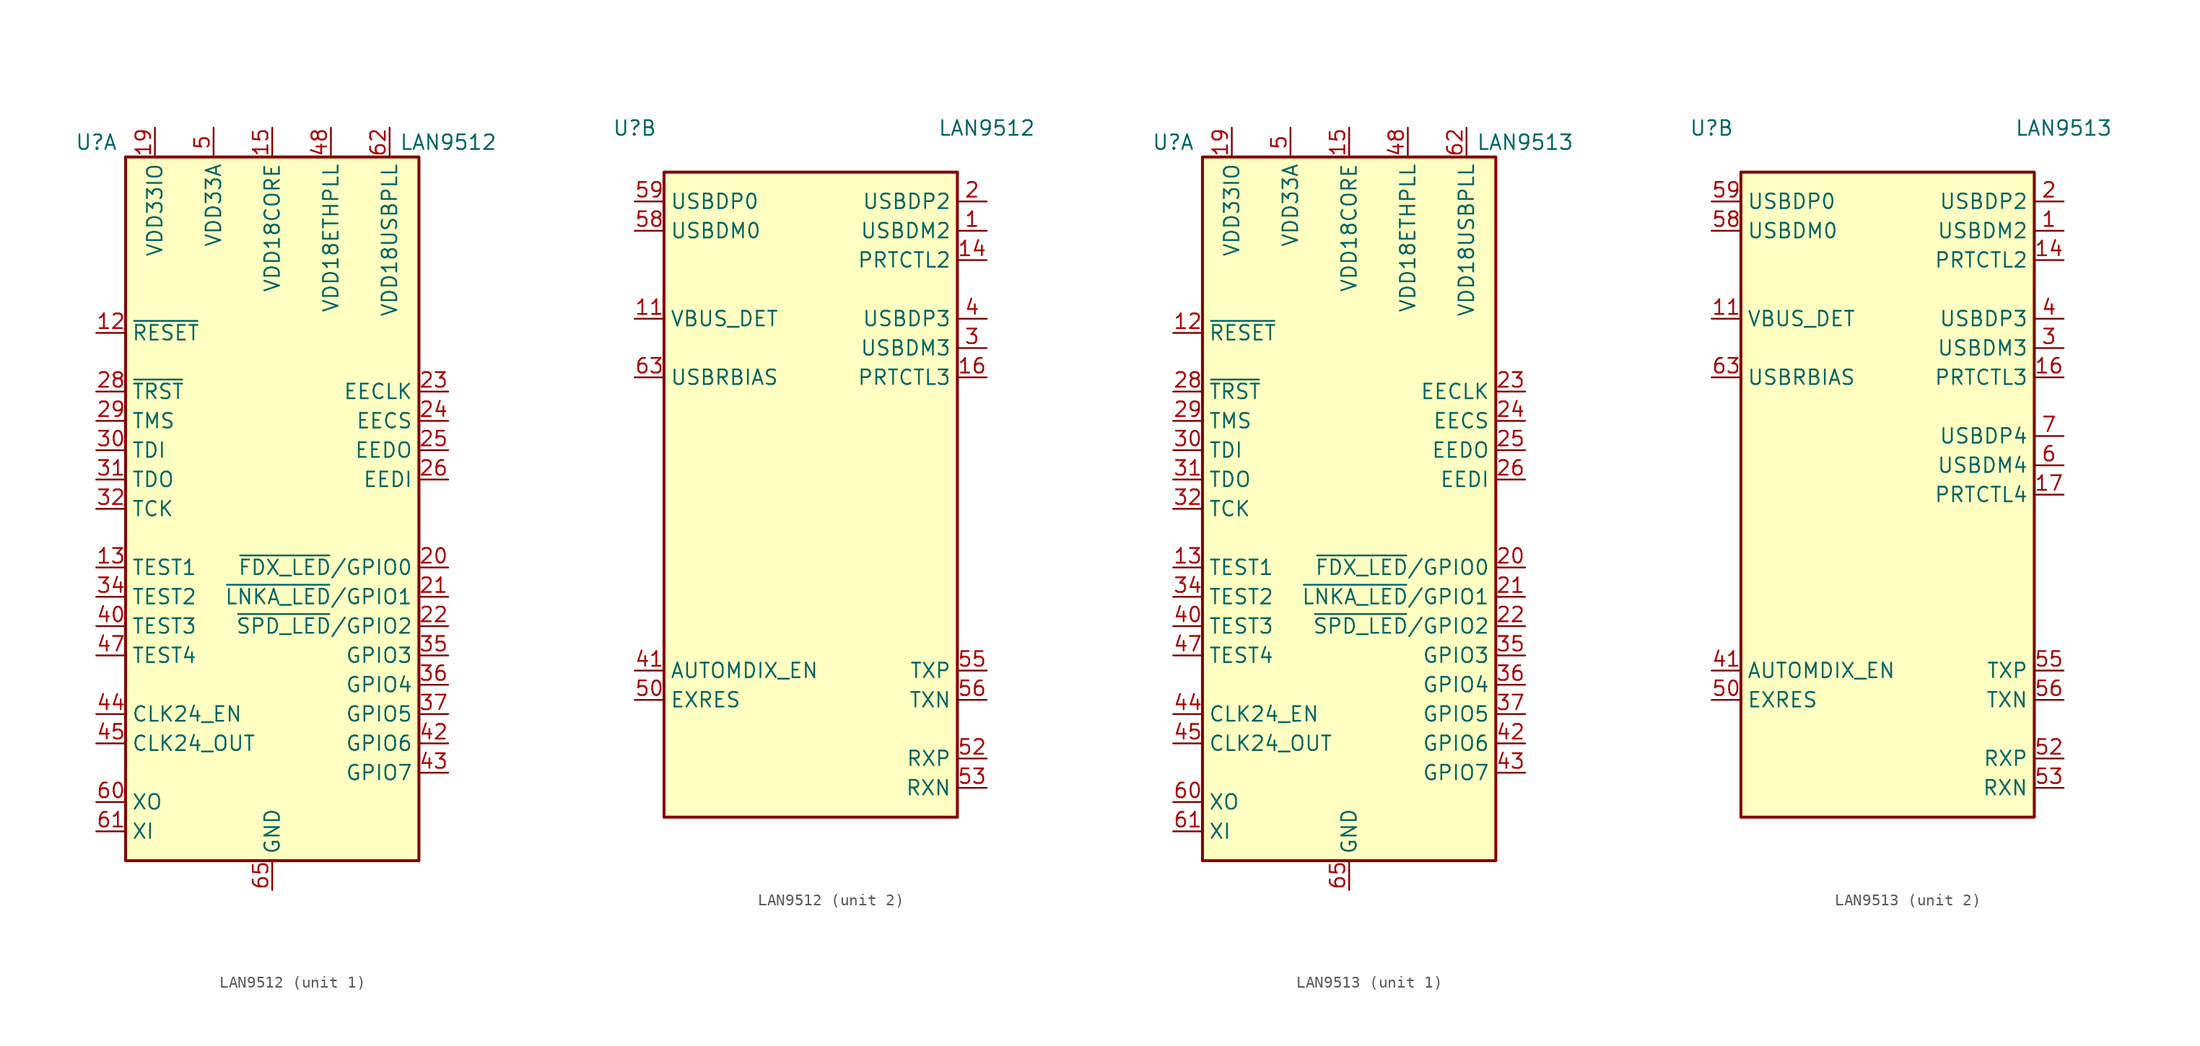
<source format=kicad_sym>
(kicad_symbol_lib
  (version 20200908)
  (generator kicad_symbol_editor)
  (symbol "Interface_Ethernet:LAN9512"
    (property "Reference" "U"
      (at -15.24 31.75 0)
      (effects (font (size 1.27 1.27))))
    (property "Value" "LAN9512"
      (at 15.24 31.75 0)
      (effects (font (size 1.27 1.27))))
    (property "ki_locked" ""
      (at 0 0 0)
      (effects (font (size 1.27 1.27))))
    (symbol "LAN9512_1_1"
      (rectangle (start -12.7 30.48) (end 12.7 -30.48) (stroke (width 0.254)) (fill (type background)))
      (pin passive line (at -5.08 33.02 270) (length 2.54) hide (name "VDD33A" (effects (font (size 1.27 1.27)))) (number "10" (effects (font (size 1.27 1.27)))))
      (pin input line (at -15.24 15.24 0) (length 2.54) (name "~RESET" (effects (font (size 1.27 1.27)))) (number "12" (effects (font (size 1.27 1.27)))))
      (pin input line (at -15.24 -5.08 0) (length 2.54) (name "TEST1" (effects (font (size 1.27 1.27)))) (number "13" (effects (font (size 1.27 1.27)))))
      (pin power_in line (at 0 33.02 270) (length 2.54) (name "VDD18CORE" (effects (font (size 1.27 1.27)))) (number "15" (effects (font (size 1.27 1.27)))))
      (pin power_in line (at -10.16 33.02 270) (length 2.54) (name "VDD33IO" (effects (font (size 1.27 1.27)))) (number "19" (effects (font (size 1.27 1.27)))))
      (pin bidirectional line (at 15.24 -5.08 180) (length 2.54) (name "~FDX_LED~/GPIO0" (effects (font (size 1.27 1.27)))) (number "20" (effects (font (size 1.27 1.27)))))
      (pin bidirectional line (at 15.24 -7.62 180) (length 2.54) (name "~LNKA_LED~/GPIO1" (effects (font (size 1.27 1.27)))) (number "21" (effects (font (size 1.27 1.27)))))
      (pin bidirectional line (at 15.24 -10.16 180) (length 2.54) (name "~SPD_LED~/GPIO2" (effects (font (size 1.27 1.27)))) (number "22" (effects (font (size 1.27 1.27)))))
      (pin output line (at 15.24 10.16 180) (length 2.54) (name "EECLK" (effects (font (size 1.27 1.27)))) (number "23" (effects (font (size 1.27 1.27)))))
      (pin output line (at 15.24 7.62 180) (length 2.54) (name "EECS" (effects (font (size 1.27 1.27)))) (number "24" (effects (font (size 1.27 1.27)))))
      (pin output line (at 15.24 5.08 180) (length 2.54) (name "EEDO" (effects (font (size 1.27 1.27)))) (number "25" (effects (font (size 1.27 1.27)))))
      (pin input line (at 15.24 2.54 180) (length 2.54) (name "EEDI" (effects (font (size 1.27 1.27)))) (number "26" (effects (font (size 1.27 1.27)))))
      (pin passive line (at -10.16 33.02 270) (length 2.54) hide (name "VDD33IO" (effects (font (size 1.27 1.27)))) (number "27" (effects (font (size 1.27 1.27)))))
      (pin input line (at -15.24 10.16 0) (length 2.54) (name "~TRST" (effects (font (size 1.27 1.27)))) (number "28" (effects (font (size 1.27 1.27)))))
      (pin input line (at -15.24 7.62 0) (length 2.54) (name "TMS" (effects (font (size 1.27 1.27)))) (number "29" (effects (font (size 1.27 1.27)))))
      (pin input line (at -15.24 5.08 0) (length 2.54) (name "TDI" (effects (font (size 1.27 1.27)))) (number "30" (effects (font (size 1.27 1.27)))))
      (pin output line (at -15.24 2.54 0) (length 2.54) (name "TDO" (effects (font (size 1.27 1.27)))) (number "31" (effects (font (size 1.27 1.27)))))
      (pin input line (at -15.24 0 0) (length 2.54) (name "TCK" (effects (font (size 1.27 1.27)))) (number "32" (effects (font (size 1.27 1.27)))))
      (pin passive line (at -10.16 33.02 270) (length 2.54) hide (name "VDD33IO" (effects (font (size 1.27 1.27)))) (number "33" (effects (font (size 1.27 1.27)))))
      (pin input line (at -15.24 -7.62 0) (length 2.54) (name "TEST2" (effects (font (size 1.27 1.27)))) (number "34" (effects (font (size 1.27 1.27)))))
      (pin bidirectional line (at 15.24 -12.7 180) (length 2.54) (name "GPIO3" (effects (font (size 1.27 1.27)))) (number "35" (effects (font (size 1.27 1.27)))))
      (pin bidirectional line (at 15.24 -15.24 180) (length 2.54) (name "GPIO4" (effects (font (size 1.27 1.27)))) (number "36" (effects (font (size 1.27 1.27)))))
      (pin bidirectional line (at 15.24 -17.78 180) (length 2.54) (name "GPIO5" (effects (font (size 1.27 1.27)))) (number "37" (effects (font (size 1.27 1.27)))))
      (pin passive line (at 0 33.02 270) (length 2.54) hide (name "VDD18CORE" (effects (font (size 1.27 1.27)))) (number "38" (effects (font (size 1.27 1.27)))))
      (pin passive line (at -10.16 33.02 270) (length 2.54) hide (name "VDD33IO" (effects (font (size 1.27 1.27)))) (number "39" (effects (font (size 1.27 1.27)))))
      (pin input line (at -15.24 -10.16 0) (length 2.54) (name "TEST3" (effects (font (size 1.27 1.27)))) (number "40" (effects (font (size 1.27 1.27)))))
      (pin bidirectional line (at 15.24 -20.32 180) (length 2.54) (name "GPIO6" (effects (font (size 1.27 1.27)))) (number "42" (effects (font (size 1.27 1.27)))))
      (pin bidirectional line (at 15.24 -22.86 180) (length 2.54) (name "GPIO7" (effects (font (size 1.27 1.27)))) (number "43" (effects (font (size 1.27 1.27)))))
      (pin input line (at -15.24 -17.78 0) (length 2.54) (name "CLK24_EN" (effects (font (size 1.27 1.27)))) (number "44" (effects (font (size 1.27 1.27)))))
      (pin output line (at -15.24 -20.32 0) (length 2.54) (name "CLK24_OUT" (effects (font (size 1.27 1.27)))) (number "45" (effects (font (size 1.27 1.27)))))
      (pin passive line (at -10.16 33.02 270) (length 2.54) hide (name "VDD33IO" (effects (font (size 1.27 1.27)))) (number "46" (effects (font (size 1.27 1.27)))))
      (pin input line (at -15.24 -12.7 0) (length 2.54) (name "TEST4" (effects (font (size 1.27 1.27)))) (number "47" (effects (font (size 1.27 1.27)))))
      (pin power_in line (at 5.08 33.02 270) (length 2.54) (name "VDD18ETHPLL" (effects (font (size 1.27 1.27)))) (number "48" (effects (font (size 1.27 1.27)))))
      (pin passive line (at -5.08 33.02 270) (length 2.54) hide (name "VDD33A" (effects (font (size 1.27 1.27)))) (number "49" (effects (font (size 1.27 1.27)))))
      (pin power_in line (at -5.08 33.02 270) (length 2.54) (name "VDD33A" (effects (font (size 1.27 1.27)))) (number "5" (effects (font (size 1.27 1.27)))))
      (pin passive line (at -5.08 33.02 270) (length 2.54) hide (name "VDD33A" (effects (font (size 1.27 1.27)))) (number "51" (effects (font (size 1.27 1.27)))))
      (pin passive line (at -5.08 33.02 270) (length 2.54) hide (name "VDD33A" (effects (font (size 1.27 1.27)))) (number "54" (effects (font (size 1.27 1.27)))))
      (pin passive line (at -5.08 33.02 270) (length 2.54) hide (name "VDD33A" (effects (font (size 1.27 1.27)))) (number "57" (effects (font (size 1.27 1.27)))))
      (pin input line (at -15.24 -25.4 0) (length 2.54) (name "XO" (effects (font (size 1.27 1.27)))) (number "60" (effects (font (size 1.27 1.27)))))
      (pin input line (at -15.24 -27.94 0) (length 2.54) (name "XI" (effects (font (size 1.27 1.27)))) (number "61" (effects (font (size 1.27 1.27)))))
      (pin power_in line (at 10.16 33.02 270) (length 2.54) (name "VDD18USBPLL" (effects (font (size 1.27 1.27)))) (number "62" (effects (font (size 1.27 1.27)))))
      (pin passive line (at -5.08 33.02 270) (length 2.54) hide (name "VDD33A" (effects (font (size 1.27 1.27)))) (number "64" (effects (font (size 1.27 1.27)))))
      (pin power_in line (at 0 -33.02 90) (length 2.54) (name "GND" (effects (font (size 1.27 1.27)))) (number "65" (effects (font (size 1.27 1.27))))))
    (symbol "LAN9512_2_1"
      (rectangle (start 12.7 -27.94) (end -12.7 27.94) (stroke (width 0.254)) (fill (type background)))
      (pin bidirectional line (at 15.24 22.86 180) (length 2.54) (name "USBDM2" (effects (font (size 1.27 1.27)))) (number "1" (effects (font (size 1.27 1.27)))))
      (pin input line (at -15.24 15.24 0) (length 2.54) (name "VBUS_DET" (effects (font (size 1.27 1.27)))) (number "11" (effects (font (size 1.27 1.27)))))
      (pin bidirectional line (at 15.24 20.32 180) (length 2.54) (name "PRTCTL2" (effects (font (size 1.27 1.27)))) (number "14" (effects (font (size 1.27 1.27)))))
      (pin bidirectional line (at 15.24 10.16 180) (length 2.54) (name "PRTCTL3" (effects (font (size 1.27 1.27)))) (number "16" (effects (font (size 1.27 1.27)))))
      (pin unconnected line (at 12.7 0 180) (length 2.54) hide (name "NC" (effects (font (size 1.27 1.27)))) (number "17" (effects (font (size 1.27 1.27)))))
      (pin unconnected line (at 12.7 -10.16 180) (length 2.54) hide (name "NC" (effects (font (size 1.27 1.27)))) (number "18" (effects (font (size 1.27 1.27)))))
      (pin bidirectional line (at 15.24 25.4 180) (length 2.54) (name "USBDP2" (effects (font (size 1.27 1.27)))) (number "2" (effects (font (size 1.27 1.27)))))
      (pin bidirectional line (at 15.24 12.7 180) (length 2.54) (name "USBDM3" (effects (font (size 1.27 1.27)))) (number "3" (effects (font (size 1.27 1.27)))))
      (pin bidirectional line (at 15.24 15.24 180) (length 2.54) (name "USBDP3" (effects (font (size 1.27 1.27)))) (number "4" (effects (font (size 1.27 1.27)))))
      (pin input line (at -15.24 -15.24 0) (length 2.54) (name "AUTOMDIX_EN" (effects (font (size 1.27 1.27)))) (number "41" (effects (font (size 1.27 1.27)))))
      (pin input line (at -15.24 -17.78 0) (length 2.54) (name "EXRES" (effects (font (size 1.27 1.27)))) (number "50" (effects (font (size 1.27 1.27)))))
      (pin input line (at 15.24 -22.86 180) (length 2.54) (name "RXP" (effects (font (size 1.27 1.27)))) (number "52" (effects (font (size 1.27 1.27)))))
      (pin input line (at 15.24 -25.4 180) (length 2.54) (name "RXN" (effects (font (size 1.27 1.27)))) (number "53" (effects (font (size 1.27 1.27)))))
      (pin output line (at 15.24 -15.24 180) (length 2.54) (name "TXP" (effects (font (size 1.27 1.27)))) (number "55" (effects (font (size 1.27 1.27)))))
      (pin output line (at 15.24 -17.78 180) (length 2.54) (name "TXN" (effects (font (size 1.27 1.27)))) (number "56" (effects (font (size 1.27 1.27)))))
      (pin bidirectional line (at -15.24 22.86 0) (length 2.54) (name "USBDM0" (effects (font (size 1.27 1.27)))) (number "58" (effects (font (size 1.27 1.27)))))
      (pin bidirectional line (at -15.24 25.4 0) (length 2.54) (name "USBDP0" (effects (font (size 1.27 1.27)))) (number "59" (effects (font (size 1.27 1.27)))))
      (pin unconnected line (at 12.7 2.54 180) (length 2.54) hide (name "NC" (effects (font (size 1.27 1.27)))) (number "6" (effects (font (size 1.27 1.27)))))
      (pin input line (at -15.24 10.16 0) (length 2.54) (name "USBRBIAS" (effects (font (size 1.27 1.27)))) (number "63" (effects (font (size 1.27 1.27)))))
      (pin unconnected line (at 12.7 5.08 180) (length 2.54) hide (name "NC" (effects (font (size 1.27 1.27)))) (number "7" (effects (font (size 1.27 1.27)))))
      (pin unconnected line (at 12.7 -7.62 180) (length 2.54) hide (name "NC" (effects (font (size 1.27 1.27)))) (number "8" (effects (font (size 1.27 1.27)))))
      (pin unconnected line (at 12.7 -5.08 180) (length 2.54) hide (name "NC" (effects (font (size 1.27 1.27)))) (number "9" (effects (font (size 1.27 1.27)))))))
  (symbol "Interface_Ethernet:LAN9513"
    (property "Reference" "U"
      (at -15.24 31.75 0)
      (effects (font (size 1.27 1.27))))
    (property "Value" "LAN9513"
      (at 15.24 31.75 0)
      (effects (font (size 1.27 1.27))))
    (property "ki_locked" ""
      (at 0 0 0)
      (effects (font (size 1.27 1.27))))
    (symbol "LAN9513_1_1"
      (rectangle (start -12.7 30.48) (end 12.7 -30.48) (stroke (width 0.254)) (fill (type background)))
      (pin passive line (at -5.08 33.02 270) (length 2.54) hide (name "VDD33A" (effects (font (size 1.27 1.27)))) (number "10" (effects (font (size 1.27 1.27)))))
      (pin input line (at -15.24 15.24 0) (length 2.54) (name "~RESET" (effects (font (size 1.27 1.27)))) (number "12" (effects (font (size 1.27 1.27)))))
      (pin input line (at -15.24 -5.08 0) (length 2.54) (name "TEST1" (effects (font (size 1.27 1.27)))) (number "13" (effects (font (size 1.27 1.27)))))
      (pin power_in line (at 0 33.02 270) (length 2.54) (name "VDD18CORE" (effects (font (size 1.27 1.27)))) (number "15" (effects (font (size 1.27 1.27)))))
      (pin power_in line (at -10.16 33.02 270) (length 2.54) (name "VDD33IO" (effects (font (size 1.27 1.27)))) (number "19" (effects (font (size 1.27 1.27)))))
      (pin bidirectional line (at 15.24 -5.08 180) (length 2.54) (name "~FDX_LED~/GPIO0" (effects (font (size 1.27 1.27)))) (number "20" (effects (font (size 1.27 1.27)))))
      (pin bidirectional line (at 15.24 -7.62 180) (length 2.54) (name "~LNKA_LED~/GPIO1" (effects (font (size 1.27 1.27)))) (number "21" (effects (font (size 1.27 1.27)))))
      (pin bidirectional line (at 15.24 -10.16 180) (length 2.54) (name "~SPD_LED~/GPIO2" (effects (font (size 1.27 1.27)))) (number "22" (effects (font (size 1.27 1.27)))))
      (pin output line (at 15.24 10.16 180) (length 2.54) (name "EECLK" (effects (font (size 1.27 1.27)))) (number "23" (effects (font (size 1.27 1.27)))))
      (pin output line (at 15.24 7.62 180) (length 2.54) (name "EECS" (effects (font (size 1.27 1.27)))) (number "24" (effects (font (size 1.27 1.27)))))
      (pin output line (at 15.24 5.08 180) (length 2.54) (name "EEDO" (effects (font (size 1.27 1.27)))) (number "25" (effects (font (size 1.27 1.27)))))
      (pin input line (at 15.24 2.54 180) (length 2.54) (name "EEDI" (effects (font (size 1.27 1.27)))) (number "26" (effects (font (size 1.27 1.27)))))
      (pin passive line (at -10.16 33.02 270) (length 2.54) hide (name "VDD33IO" (effects (font (size 1.27 1.27)))) (number "27" (effects (font (size 1.27 1.27)))))
      (pin input line (at -15.24 10.16 0) (length 2.54) (name "~TRST" (effects (font (size 1.27 1.27)))) (number "28" (effects (font (size 1.27 1.27)))))
      (pin input line (at -15.24 7.62 0) (length 2.54) (name "TMS" (effects (font (size 1.27 1.27)))) (number "29" (effects (font (size 1.27 1.27)))))
      (pin input line (at -15.24 5.08 0) (length 2.54) (name "TDI" (effects (font (size 1.27 1.27)))) (number "30" (effects (font (size 1.27 1.27)))))
      (pin output line (at -15.24 2.54 0) (length 2.54) (name "TDO" (effects (font (size 1.27 1.27)))) (number "31" (effects (font (size 1.27 1.27)))))
      (pin input line (at -15.24 0 0) (length 2.54) (name "TCK" (effects (font (size 1.27 1.27)))) (number "32" (effects (font (size 1.27 1.27)))))
      (pin passive line (at -10.16 33.02 270) (length 2.54) hide (name "VDD33IO" (effects (font (size 1.27 1.27)))) (number "33" (effects (font (size 1.27 1.27)))))
      (pin input line (at -15.24 -7.62 0) (length 2.54) (name "TEST2" (effects (font (size 1.27 1.27)))) (number "34" (effects (font (size 1.27 1.27)))))
      (pin bidirectional line (at 15.24 -12.7 180) (length 2.54) (name "GPIO3" (effects (font (size 1.27 1.27)))) (number "35" (effects (font (size 1.27 1.27)))))
      (pin bidirectional line (at 15.24 -15.24 180) (length 2.54) (name "GPIO4" (effects (font (size 1.27 1.27)))) (number "36" (effects (font (size 1.27 1.27)))))
      (pin bidirectional line (at 15.24 -17.78 180) (length 2.54) (name "GPIO5" (effects (font (size 1.27 1.27)))) (number "37" (effects (font (size 1.27 1.27)))))
      (pin passive line (at 0 33.02 270) (length 2.54) hide (name "VDD18CORE" (effects (font (size 1.27 1.27)))) (number "38" (effects (font (size 1.27 1.27)))))
      (pin passive line (at -10.16 33.02 270) (length 2.54) hide (name "VDD33IO" (effects (font (size 1.27 1.27)))) (number "39" (effects (font (size 1.27 1.27)))))
      (pin input line (at -15.24 -10.16 0) (length 2.54) (name "TEST3" (effects (font (size 1.27 1.27)))) (number "40" (effects (font (size 1.27 1.27)))))
      (pin bidirectional line (at 15.24 -20.32 180) (length 2.54) (name "GPIO6" (effects (font (size 1.27 1.27)))) (number "42" (effects (font (size 1.27 1.27)))))
      (pin bidirectional line (at 15.24 -22.86 180) (length 2.54) (name "GPIO7" (effects (font (size 1.27 1.27)))) (number "43" (effects (font (size 1.27 1.27)))))
      (pin input line (at -15.24 -17.78 0) (length 2.54) (name "CLK24_EN" (effects (font (size 1.27 1.27)))) (number "44" (effects (font (size 1.27 1.27)))))
      (pin output line (at -15.24 -20.32 0) (length 2.54) (name "CLK24_OUT" (effects (font (size 1.27 1.27)))) (number "45" (effects (font (size 1.27 1.27)))))
      (pin passive line (at -10.16 33.02 270) (length 2.54) hide (name "VDD33IO" (effects (font (size 1.27 1.27)))) (number "46" (effects (font (size 1.27 1.27)))))
      (pin input line (at -15.24 -12.7 0) (length 2.54) (name "TEST4" (effects (font (size 1.27 1.27)))) (number "47" (effects (font (size 1.27 1.27)))))
      (pin power_in line (at 5.08 33.02 270) (length 2.54) (name "VDD18ETHPLL" (effects (font (size 1.27 1.27)))) (number "48" (effects (font (size 1.27 1.27)))))
      (pin passive line (at -5.08 33.02 270) (length 2.54) hide (name "VDD33A" (effects (font (size 1.27 1.27)))) (number "49" (effects (font (size 1.27 1.27)))))
      (pin power_in line (at -5.08 33.02 270) (length 2.54) (name "VDD33A" (effects (font (size 1.27 1.27)))) (number "5" (effects (font (size 1.27 1.27)))))
      (pin passive line (at -5.08 33.02 270) (length 2.54) hide (name "VDD33A" (effects (font (size 1.27 1.27)))) (number "51" (effects (font (size 1.27 1.27)))))
      (pin passive line (at -5.08 33.02 270) (length 2.54) hide (name "VDD33A" (effects (font (size 1.27 1.27)))) (number "54" (effects (font (size 1.27 1.27)))))
      (pin passive line (at -5.08 33.02 270) (length 2.54) hide (name "VDD33A" (effects (font (size 1.27 1.27)))) (number "57" (effects (font (size 1.27 1.27)))))
      (pin input line (at -15.24 -25.4 0) (length 2.54) (name "XO" (effects (font (size 1.27 1.27)))) (number "60" (effects (font (size 1.27 1.27)))))
      (pin input line (at -15.24 -27.94 0) (length 2.54) (name "XI" (effects (font (size 1.27 1.27)))) (number "61" (effects (font (size 1.27 1.27)))))
      (pin power_in line (at 10.16 33.02 270) (length 2.54) (name "VDD18USBPLL" (effects (font (size 1.27 1.27)))) (number "62" (effects (font (size 1.27 1.27)))))
      (pin passive line (at -5.08 33.02 270) (length 2.54) hide (name "VDD33A" (effects (font (size 1.27 1.27)))) (number "64" (effects (font (size 1.27 1.27)))))
      (pin power_in line (at 0 -33.02 90) (length 2.54) (name "GND" (effects (font (size 1.27 1.27)))) (number "65" (effects (font (size 1.27 1.27))))))
    (symbol "LAN9513_2_1"
      (rectangle (start 12.7 -27.94) (end -12.7 27.94) (stroke (width 0.254)) (fill (type background)))
      (pin bidirectional line (at 15.24 22.86 180) (length 2.54) (name "USBDM2" (effects (font (size 1.27 1.27)))) (number "1" (effects (font (size 1.27 1.27)))))
      (pin input line (at -15.24 15.24 0) (length 2.54) (name "VBUS_DET" (effects (font (size 1.27 1.27)))) (number "11" (effects (font (size 1.27 1.27)))))
      (pin bidirectional line (at 15.24 20.32 180) (length 2.54) (name "PRTCTL2" (effects (font (size 1.27 1.27)))) (number "14" (effects (font (size 1.27 1.27)))))
      (pin bidirectional line (at 15.24 10.16 180) (length 2.54) (name "PRTCTL3" (effects (font (size 1.27 1.27)))) (number "16" (effects (font (size 1.27 1.27)))))
      (pin bidirectional line (at 15.24 0 180) (length 2.54) (name "PRTCTL4" (effects (font (size 1.27 1.27)))) (number "17" (effects (font (size 1.27 1.27)))))
      (pin unconnected line (at 12.7 -10.16 180) (length 2.54) hide (name "NC" (effects (font (size 1.27 1.27)))) (number "18" (effects (font (size 1.27 1.27)))))
      (pin bidirectional line (at 15.24 25.4 180) (length 2.54) (name "USBDP2" (effects (font (size 1.27 1.27)))) (number "2" (effects (font (size 1.27 1.27)))))
      (pin bidirectional line (at 15.24 12.7 180) (length 2.54) (name "USBDM3" (effects (font (size 1.27 1.27)))) (number "3" (effects (font (size 1.27 1.27)))))
      (pin bidirectional line (at 15.24 15.24 180) (length 2.54) (name "USBDP3" (effects (font (size 1.27 1.27)))) (number "4" (effects (font (size 1.27 1.27)))))
      (pin input line (at -15.24 -15.24 0) (length 2.54) (name "AUTOMDIX_EN" (effects (font (size 1.27 1.27)))) (number "41" (effects (font (size 1.27 1.27)))))
      (pin input line (at -15.24 -17.78 0) (length 2.54) (name "EXRES" (effects (font (size 1.27 1.27)))) (number "50" (effects (font (size 1.27 1.27)))))
      (pin input line (at 15.24 -22.86 180) (length 2.54) (name "RXP" (effects (font (size 1.27 1.27)))) (number "52" (effects (font (size 1.27 1.27)))))
      (pin input line (at 15.24 -25.4 180) (length 2.54) (name "RXN" (effects (font (size 1.27 1.27)))) (number "53" (effects (font (size 1.27 1.27)))))
      (pin output line (at 15.24 -15.24 180) (length 2.54) (name "TXP" (effects (font (size 1.27 1.27)))) (number "55" (effects (font (size 1.27 1.27)))))
      (pin output line (at 15.24 -17.78 180) (length 2.54) (name "TXN" (effects (font (size 1.27 1.27)))) (number "56" (effects (font (size 1.27 1.27)))))
      (pin bidirectional line (at -15.24 22.86 0) (length 2.54) (name "USBDM0" (effects (font (size 1.27 1.27)))) (number "58" (effects (font (size 1.27 1.27)))))
      (pin bidirectional line (at -15.24 25.4 0) (length 2.54) (name "USBDP0" (effects (font (size 1.27 1.27)))) (number "59" (effects (font (size 1.27 1.27)))))
      (pin bidirectional line (at 15.24 2.54 180) (length 2.54) (name "USBDM4" (effects (font (size 1.27 1.27)))) (number "6" (effects (font (size 1.27 1.27)))))
      (pin input line (at -15.24 10.16 0) (length 2.54) (name "USBRBIAS" (effects (font (size 1.27 1.27)))) (number "63" (effects (font (size 1.27 1.27)))))
      (pin bidirectional line (at 15.24 5.08 180) (length 2.54) (name "USBDP4" (effects (font (size 1.27 1.27)))) (number "7" (effects (font (size 1.27 1.27)))))
      (pin unconnected line (at 12.7 -7.62 180) (length 2.54) hide (name "NC" (effects (font (size 1.27 1.27)))) (number "8" (effects (font (size 1.27 1.27)))))
      (pin unconnected line (at 12.7 -5.08 180) (length 2.54) hide (name "NC" (effects (font (size 1.27 1.27)))) (number "9" (effects (font (size 1.27 1.27))))))))
</source>
